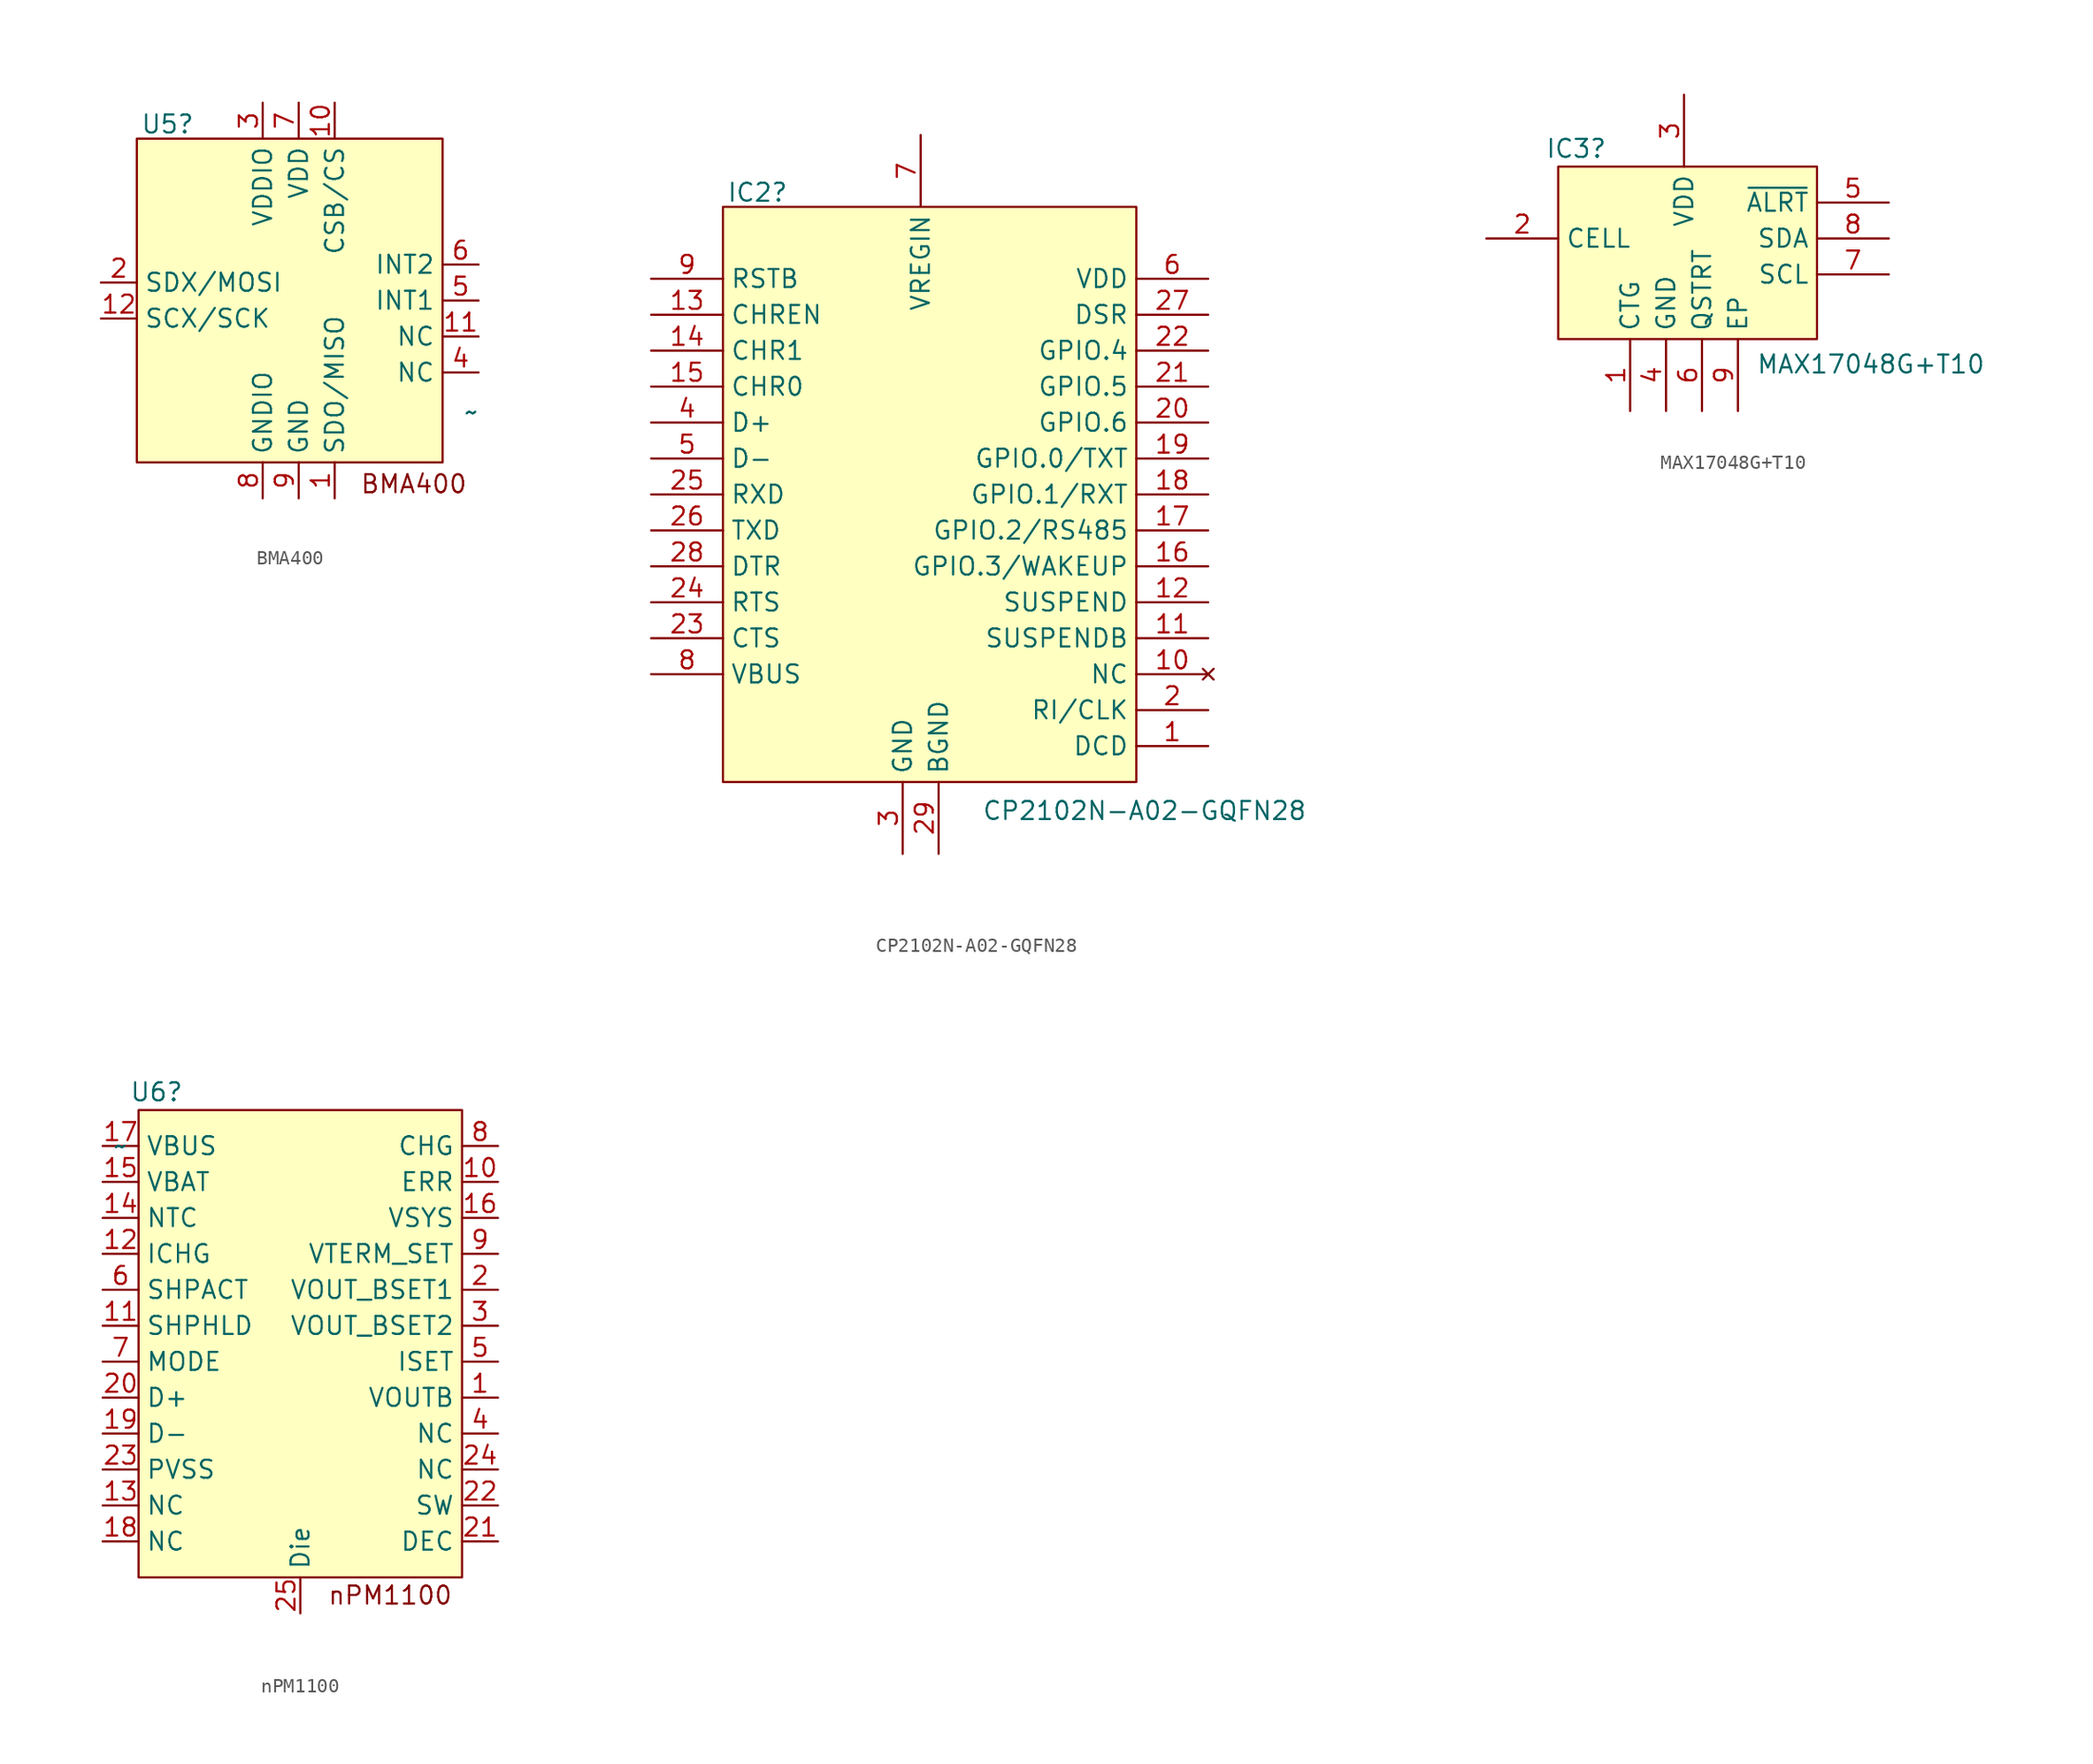
<source format=kicad_sym>
(kicad_symbol_lib
  (version 20231120)
  (generator "kicad_symbol_editor")
  (generator_version "8.0")
  (symbol "BMA400"
    (property "Reference" "U5"
      (at -11.176 12.446 0)
      (effects (font (size 1.27 1.27)) (justify left)))
    (property "Value" "~"
      (at 12.192 -7.874 0)
      (effects (font (size 1.27 1.27))))
    (symbol "BMA400_1_1"
      (rectangle (start -11.43 11.43) (end 10.16 -11.43) (stroke (width 0) (type default)) (fill (type background)))
      (text "BMA400" (at 8.128 -12.954 0) (effects (font (size 1.27 1.27))))
      (pin input line (at 2.54 -13.97 90) (length 2.54) (name "SDO/MISO" (effects (font (size 1.27 1.27)))) (number "1" (effects (font (size 1.27 1.27)))))
      (pin input line (at 2.54 13.97 270) (length 2.54) (name "CSB/CS" (effects (font (size 1.27 1.27)))) (number "10" (effects (font (size 1.27 1.27)))))
      (pin input line (at 12.7 -2.54 180) (length 2.54) (name "NC" (effects (font (size 1.27 1.27)))) (number "11" (effects (font (size 1.27 1.27)))))
      (pin input line (at -13.97 -1.27 0) (length 2.54) (name "SCX/SCK" (effects (font (size 1.27 1.27)))) (number "12" (effects (font (size 1.27 1.27)))))
      (pin input line (at -13.97 1.27 0) (length 2.54) (name "SDX/MOSI" (effects (font (size 1.27 1.27)))) (number "2" (effects (font (size 1.27 1.27)))))
      (pin input line (at -2.54 13.97 270) (length 2.54) (name "VDDIO" (effects (font (size 1.27 1.27)))) (number "3" (effects (font (size 1.27 1.27)))))
      (pin input line (at 12.7 -5.08 180) (length 2.54) (name "NC" (effects (font (size 1.27 1.27)))) (number "4" (effects (font (size 1.27 1.27)))))
      (pin input line (at 12.7 0 180) (length 2.54) (name "INT1" (effects (font (size 1.27 1.27)))) (number "5" (effects (font (size 1.27 1.27)))))
      (pin input line (at 12.7 2.54 180) (length 2.54) (name "INT2" (effects (font (size 1.27 1.27)))) (number "6" (effects (font (size 1.27 1.27)))))
      (pin input line (at 0 13.97 270) (length 2.54) (name "VDD" (effects (font (size 1.27 1.27)))) (number "7" (effects (font (size 1.27 1.27)))))
      (pin input line (at -2.54 -13.97 90) (length 2.54) (name "GNDIO" (effects (font (size 1.27 1.27)))) (number "8" (effects (font (size 1.27 1.27)))))
      (pin input line (at 0 -13.97 90) (length 2.54) (name "GND" (effects (font (size 1.27 1.27)))) (number "9" (effects (font (size 1.27 1.27)))))))
  (symbol "CP2102N-A02-GQFN28"
    (property "Reference" "IC2"
      (at -13.716 41.656 0)
      (effects (font (size 1.27 1.27)) (justify left)))
    (property "Value" "CP2102N-A02-GQFN28"
      (at 4.318 -2.032 0)
      (effects (font (size 1.27 1.27)) (justify left)))
    (symbol "CP2102N-A02-GQFN28_1_1"
      (rectangle (start -13.97 40.64) (end 15.24 0) (stroke (width 0) (type default)) (fill (type background)))
      (pin input line (at 20.32 2.54 180) (length 5.08) (name "DCD" (effects (font (size 1.27 1.27)))) (number "1" (effects (font (size 1.27 1.27)))))
      (pin no_connect line (at 20.32 7.62 180) (length 5.08) (name "NC" (effects (font (size 1.27 1.27)))) (number "10" (effects (font (size 1.27 1.27)))))
      (pin output line (at 20.32 10.16 180) (length 5.08) (name "SUSPENDB" (effects (font (size 1.27 1.27)))) (number "11" (effects (font (size 1.27 1.27)))))
      (pin output line (at 20.32 12.7 180) (length 5.08) (name "SUSPEND" (effects (font (size 1.27 1.27)))) (number "12" (effects (font (size 1.27 1.27)))))
      (pin output line (at -19.05 33.02 0) (length 5.08) (name "CHREN" (effects (font (size 1.27 1.27)))) (number "13" (effects (font (size 1.27 1.27)))))
      (pin output line (at -19.05 30.48 0) (length 5.08) (name "CHR1" (effects (font (size 1.27 1.27)))) (number "14" (effects (font (size 1.27 1.27)))))
      (pin output line (at -19.05 27.94 0) (length 5.08) (name "CHR0" (effects (font (size 1.27 1.27)))) (number "15" (effects (font (size 1.27 1.27)))))
      (pin bidirectional line (at 20.32 15.24 180) (length 5.08) (name "GPIO.3/WAKEUP" (effects (font (size 1.27 1.27)))) (number "16" (effects (font (size 1.27 1.27)))))
      (pin bidirectional line (at 20.32 17.78 180) (length 5.08) (name "GPIO.2/RS485" (effects (font (size 1.27 1.27)))) (number "17" (effects (font (size 1.27 1.27)))))
      (pin bidirectional line (at 20.32 20.32 180) (length 5.08) (name "GPIO.1/RXT" (effects (font (size 1.27 1.27)))) (number "18" (effects (font (size 1.27 1.27)))))
      (pin bidirectional line (at 20.32 22.86 180) (length 5.08) (name "GPIO.0/TXT" (effects (font (size 1.27 1.27)))) (number "19" (effects (font (size 1.27 1.27)))))
      (pin bidirectional line (at 20.32 5.08 180) (length 5.08) (name "RI/CLK" (effects (font (size 1.27 1.27)))) (number "2" (effects (font (size 1.27 1.27)))))
      (pin bidirectional line (at 20.32 25.4 180) (length 5.08) (name "GPIO.6" (effects (font (size 1.27 1.27)))) (number "20" (effects (font (size 1.27 1.27)))))
      (pin bidirectional line (at 20.32 27.94 180) (length 5.08) (name "GPIO.5" (effects (font (size 1.27 1.27)))) (number "21" (effects (font (size 1.27 1.27)))))
      (pin bidirectional line (at 20.32 30.48 180) (length 5.08) (name "GPIO.4" (effects (font (size 1.27 1.27)))) (number "22" (effects (font (size 1.27 1.27)))))
      (pin input line (at -19.05 10.16 0) (length 5.08) (name "CTS" (effects (font (size 1.27 1.27)))) (number "23" (effects (font (size 1.27 1.27)))))
      (pin output line (at -19.05 12.7 0) (length 5.08) (name "RTS" (effects (font (size 1.27 1.27)))) (number "24" (effects (font (size 1.27 1.27)))))
      (pin input line (at -19.05 20.32 0) (length 5.08) (name "RXD" (effects (font (size 1.27 1.27)))) (number "25" (effects (font (size 1.27 1.27)))))
      (pin output line (at -19.05 17.78 0) (length 5.08) (name "TXD" (effects (font (size 1.27 1.27)))) (number "26" (effects (font (size 1.27 1.27)))))
      (pin input line (at 20.32 33.02 180) (length 5.08) (name "DSR" (effects (font (size 1.27 1.27)))) (number "27" (effects (font (size 1.27 1.27)))))
      (pin output line (at -19.05 15.24 0) (length 5.08) (name "DTR" (effects (font (size 1.27 1.27)))) (number "28" (effects (font (size 1.27 1.27)))))
      (pin power_in line (at 1.27 -5.08 90) (length 5.08) (name "BGND" (effects (font (size 1.27 1.27)))) (number "29" (effects (font (size 1.27 1.27)))))
      (pin power_in line (at -1.27 -5.08 90) (length 5.08) (name "GND" (effects (font (size 1.27 1.27)))) (number "3" (effects (font (size 1.27 1.27)))))
      (pin bidirectional line (at -19.05 25.4 0) (length 5.08) (name "D+" (effects (font (size 1.27 1.27)))) (number "4" (effects (font (size 1.27 1.27)))))
      (pin bidirectional line (at -19.05 22.86 0) (length 5.08) (name "D-" (effects (font (size 1.27 1.27)))) (number "5" (effects (font (size 1.27 1.27)))))
      (pin power_in line (at 20.32 35.56 180) (length 5.08) (name "VDD" (effects (font (size 1.27 1.27)))) (number "6" (effects (font (size 1.27 1.27)))))
      (pin power_in line (at 0 45.72 270) (length 5.08) (name "VREGIN" (effects (font (size 1.27 1.27)))) (number "7" (effects (font (size 1.27 1.27)))))
      (pin input line (at -19.05 7.62 0) (length 5.08) (name "VBUS" (effects (font (size 1.27 1.27)))) (number "8" (effects (font (size 1.27 1.27)))))
      (pin input line (at -19.05 35.56 0) (length 5.08) (name "RSTB" (effects (font (size 1.27 1.27)))) (number "9" (effects (font (size 1.27 1.27)))))))
  (symbol "MAX17048G+T10"
    (property "Reference" "IC3"
      (at -7.62 6.35 0)
      (effects (font (size 1.27 1.27))))
    (property "Value" "MAX17048G+T10"
      (at 13.208 -8.89 0)
      (effects (font (size 1.27 1.27))))
    (symbol "MAX17048G+T10_1_1"
      (rectangle (start -8.89 5.08) (end 9.398 -7.112) (stroke (width 0) (type default)) (fill (type background)))
      (pin passive line (at -3.81 -12.192 90) (length 5.08) (name "CTG" (effects (font (size 1.27 1.27)))) (number "1" (effects (font (size 1.27 1.27)))))
      (pin passive line (at -13.97 0 0) (length 5.08) (name "CELL" (effects (font (size 1.27 1.27)))) (number "2" (effects (font (size 1.27 1.27)))))
      (pin passive line (at 0 10.16 270) (length 5.08) (name "VDD" (effects (font (size 1.27 1.27)))) (number "3" (effects (font (size 1.27 1.27)))))
      (pin passive line (at -1.27 -12.192 90) (length 5.08) (name "GND" (effects (font (size 1.27 1.27)))) (number "4" (effects (font (size 1.27 1.27)))))
      (pin passive line (at 14.478 2.54 180) (length 5.08) (name "~{ALRT}" (effects (font (size 1.27 1.27)))) (number "5" (effects (font (size 1.27 1.27)))))
      (pin passive line (at 1.27 -12.192 90) (length 5.08) (name "QSTRT" (effects (font (size 1.27 1.27)))) (number "6" (effects (font (size 1.27 1.27)))))
      (pin passive line (at 14.478 -2.54 180) (length 5.08) (name "SCL" (effects (font (size 1.27 1.27)))) (number "7" (effects (font (size 1.27 1.27)))))
      (pin passive line (at 14.478 0 180) (length 5.08) (name "SDA" (effects (font (size 1.27 1.27)))) (number "8" (effects (font (size 1.27 1.27)))))
      (pin passive line (at 3.81 -12.192 90) (length 5.08) (name "EP" (effects (font (size 1.27 1.27)))) (number "9" (effects (font (size 1.27 1.27)))))))
  (symbol "nPM1100"
    (property "Reference" "U6"
      (at -10.16 16.51 0)
      (effects (font (size 1.27 1.27))))
    (property "Value" "~"
      (at -12.7 12.7 0)
      (effects (font (size 1.27 1.27))))
    (symbol "nPM1100_1_1"
      (rectangle (start -11.43 15.24) (end 11.43 -17.78) (stroke (width 0) (type default)) (fill (type background)))
      (text "nPM1100" (at 6.35 -19.05 0) (effects (font (size 1.27 1.27))))
      (pin input line (at 13.97 -5.08 180) (length 2.54) (name "VOUTB" (effects (font (size 1.27 1.27)))) (number "1" (effects (font (size 1.27 1.27)))))
      (pin input line (at 13.97 10.16 180) (length 2.54) (name "ERR" (effects (font (size 1.27 1.27)))) (number "10" (effects (font (size 1.27 1.27)))))
      (pin input line (at -13.97 0 0) (length 2.54) (name "SHPHLD" (effects (font (size 1.27 1.27)))) (number "11" (effects (font (size 1.27 1.27)))))
      (pin input line (at -13.97 5.08 0) (length 2.54) (name "ICHG" (effects (font (size 1.27 1.27)))) (number "12" (effects (font (size 1.27 1.27)))))
      (pin input line (at -13.97 -12.7 0) (length 2.54) (name "NC" (effects (font (size 1.27 1.27)))) (number "13" (effects (font (size 1.27 1.27)))))
      (pin input line (at -13.97 7.62 0) (length 2.54) (name "NTC" (effects (font (size 1.27 1.27)))) (number "14" (effects (font (size 1.27 1.27)))))
      (pin input line (at -13.97 10.16 0) (length 2.54) (name "VBAT" (effects (font (size 1.27 1.27)))) (number "15" (effects (font (size 1.27 1.27)))))
      (pin input line (at 13.97 7.62 180) (length 2.54) (name "VSYS" (effects (font (size 1.27 1.27)))) (number "16" (effects (font (size 1.27 1.27)))))
      (pin input line (at -13.97 12.7 0) (length 2.54) (name "VBUS" (effects (font (size 1.27 1.27)))) (number "17" (effects (font (size 1.27 1.27)))))
      (pin input line (at -13.97 -15.24 0) (length 2.54) (name "NC" (effects (font (size 1.27 1.27)))) (number "18" (effects (font (size 1.27 1.27)))))
      (pin input line (at -13.97 -7.62 0) (length 2.54) (name "D-" (effects (font (size 1.27 1.27)))) (number "19" (effects (font (size 1.27 1.27)))))
      (pin input line (at 13.97 2.54 180) (length 2.54) (name "VOUT_BSET1" (effects (font (size 1.27 1.27)))) (number "2" (effects (font (size 1.27 1.27)))))
      (pin input line (at -13.97 -5.08 0) (length 2.54) (name "D+" (effects (font (size 1.27 1.27)))) (number "20" (effects (font (size 1.27 1.27)))))
      (pin input line (at 13.97 -15.24 180) (length 2.54) (name "DEC" (effects (font (size 1.27 1.27)))) (number "21" (effects (font (size 1.27 1.27)))))
      (pin input line (at 13.97 -12.7 180) (length 2.54) (name "SW" (effects (font (size 1.27 1.27)))) (number "22" (effects (font (size 1.27 1.27)))))
      (pin input line (at -13.97 -10.16 0) (length 2.54) (name "PVSS" (effects (font (size 1.27 1.27)))) (number "23" (effects (font (size 1.27 1.27)))))
      (pin input line (at 13.97 -10.16 180) (length 2.54) (name "NC" (effects (font (size 1.27 1.27)))) (number "24" (effects (font (size 1.27 1.27)))))
      (pin input line (at 0 -20.32 90) (length 2.54) (name "Die" (effects (font (size 1.27 1.27)))) (number "25" (effects (font (size 1.27 1.27)))))
      (pin input line (at 13.97 0 180) (length 2.54) (name "VOUT_BSET2" (effects (font (size 1.27 1.27)))) (number "3" (effects (font (size 1.27 1.27)))))
      (pin input line (at 13.97 -7.62 180) (length 2.54) (name "NC" (effects (font (size 1.27 1.27)))) (number "4" (effects (font (size 1.27 1.27)))))
      (pin input line (at 13.97 -2.54 180) (length 2.54) (name "ISET" (effects (font (size 1.27 1.27)))) (number "5" (effects (font (size 1.27 1.27)))))
      (pin input line (at -13.97 2.54 0) (length 2.54) (name "SHPACT" (effects (font (size 1.27 1.27)))) (number "6" (effects (font (size 1.27 1.27)))))
      (pin input line (at -13.97 -2.54 0) (length 2.54) (name "MODE" (effects (font (size 1.27 1.27)))) (number "7" (effects (font (size 1.27 1.27)))))
      (pin input line (at 13.97 12.7 180) (length 2.54) (name "CHG" (effects (font (size 1.27 1.27)))) (number "8" (effects (font (size 1.27 1.27)))))
      (pin input line (at 13.97 5.08 180) (length 2.54) (name "VTERM_SET" (effects (font (size 1.27 1.27)))) (number "9" (effects (font (size 1.27 1.27))))))))
</source>
